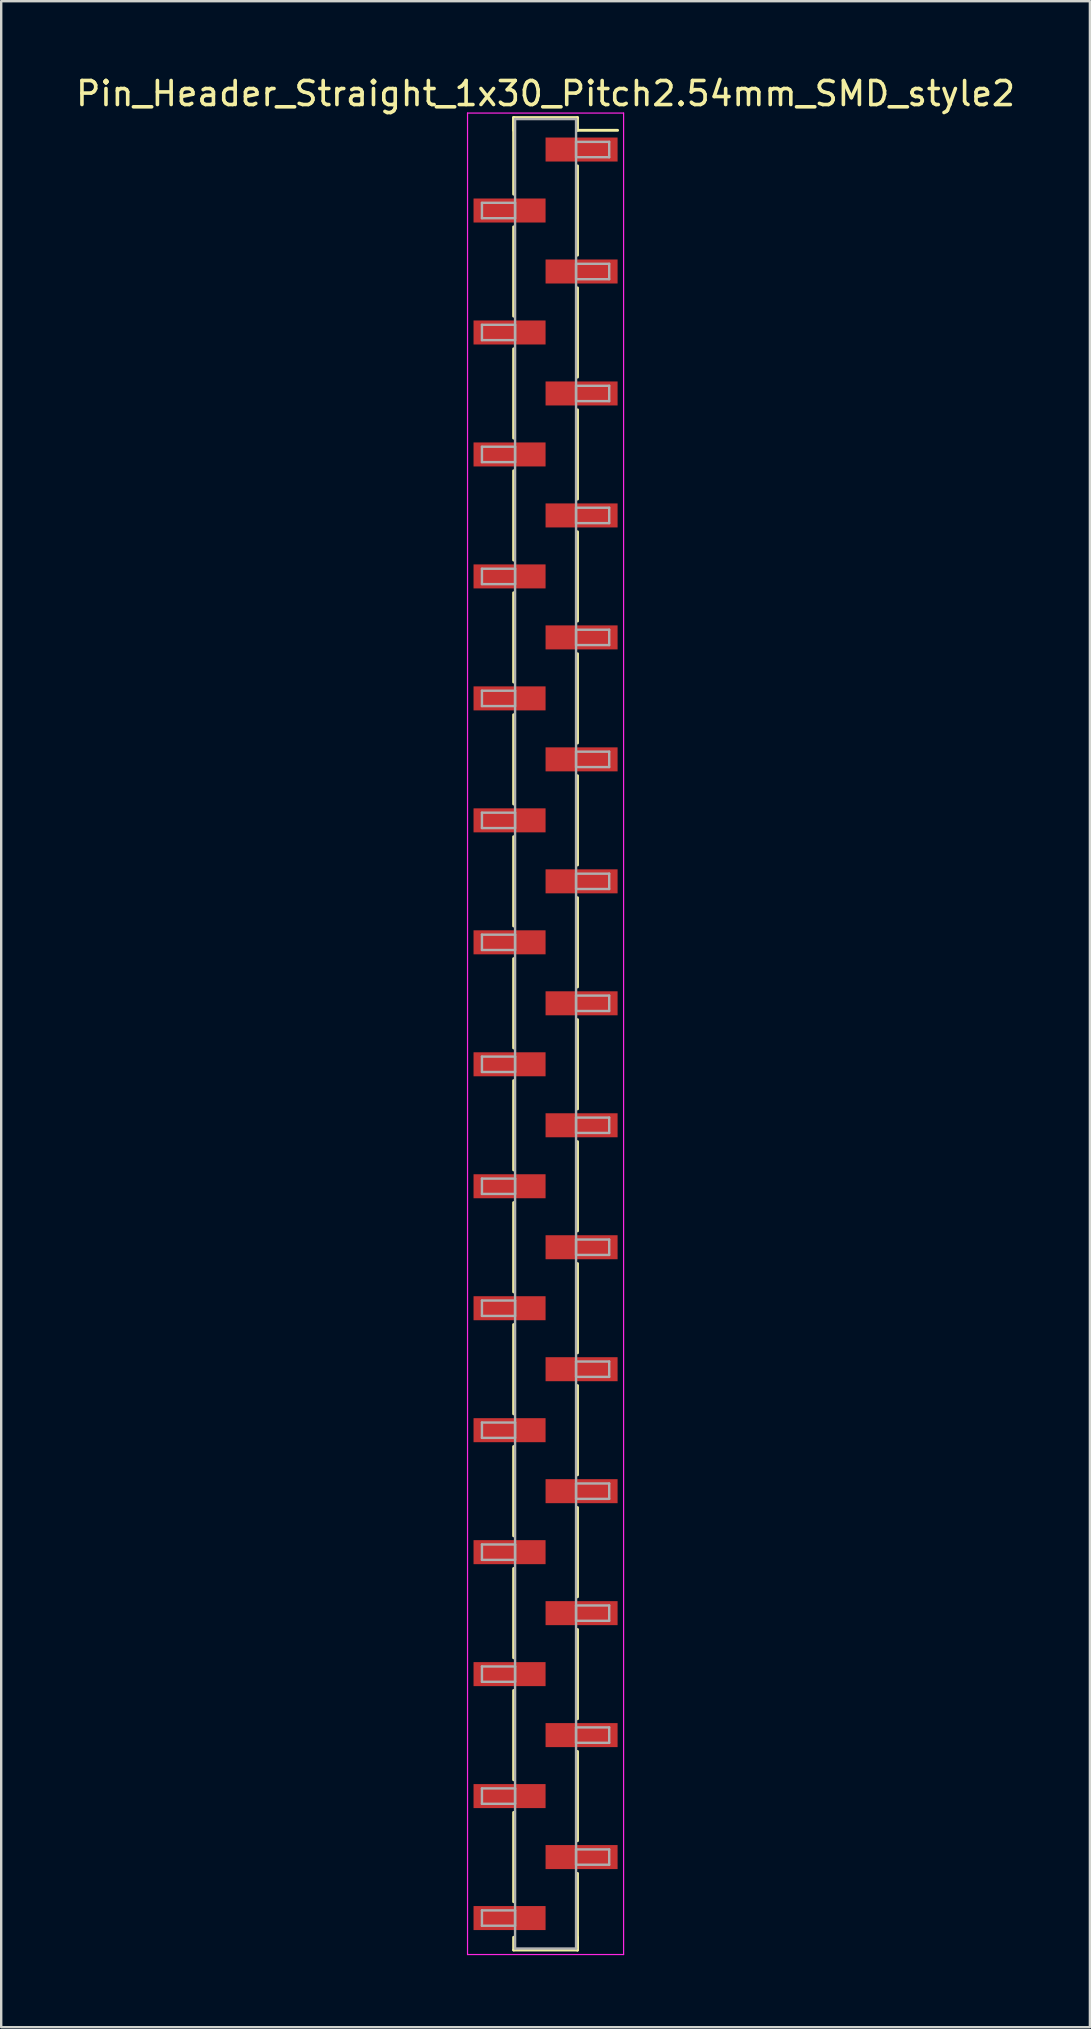
<source format=kicad_pcb>
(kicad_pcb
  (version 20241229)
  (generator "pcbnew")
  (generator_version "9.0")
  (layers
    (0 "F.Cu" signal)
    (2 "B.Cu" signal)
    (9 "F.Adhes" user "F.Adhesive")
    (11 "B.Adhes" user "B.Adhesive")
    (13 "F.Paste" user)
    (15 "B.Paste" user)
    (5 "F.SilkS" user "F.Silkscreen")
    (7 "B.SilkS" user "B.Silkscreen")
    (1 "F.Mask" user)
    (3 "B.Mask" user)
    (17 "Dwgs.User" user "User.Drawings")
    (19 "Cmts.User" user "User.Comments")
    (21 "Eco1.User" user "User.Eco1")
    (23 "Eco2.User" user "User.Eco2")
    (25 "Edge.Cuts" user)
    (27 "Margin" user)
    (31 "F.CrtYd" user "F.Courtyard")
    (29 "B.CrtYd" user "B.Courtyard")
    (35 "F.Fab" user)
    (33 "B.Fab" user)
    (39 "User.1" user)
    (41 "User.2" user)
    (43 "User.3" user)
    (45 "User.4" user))
  (footprint "Pin_Header_Straight_1x30_Pitch2.54mm_SMD_style2"
    (layer "F.Cu")
    (at 19.673 40.008)
    (property "Reference" "Pin_Header_Straight_1x30_Pitch2.54mm_SMD_style2" (at 0 -39.16 0) (layer "F.SilkS") (effects (font (size 1 1) (thickness 0.15))))
    (attr smd)
    (fp_line (start -1.33 -38.16) (end -1.33 -34.97) (stroke (width 0.12) (type solid)) (layer "F.SilkS"))
    (fp_line (start -1.33 -38.16) (end 1.33 -38.16) (stroke (width 0.12) (type solid)) (layer "F.SilkS"))
    (fp_line (start -1.33 -37.63) (end -1.33 -38.16) (stroke (width 0.12) (type solid)) (layer "F.SilkS"))
    (fp_line (start -1.33 -33.61) (end -1.33 -29.89) (stroke (width 0.12) (type solid)) (layer "F.SilkS"))
    (fp_line (start -1.33 -28.53) (end -1.33 -24.81) (stroke (width 0.12) (type solid)) (layer "F.SilkS"))
    (fp_line (start -1.33 -23.45) (end -1.33 -19.73) (stroke (width 0.12) (type solid)) (layer "F.SilkS"))
    (fp_line (start -1.33 -18.37) (end -1.33 -14.65) (stroke (width 0.12) (type solid)) (layer "F.SilkS"))
    (fp_line (start -1.33 -13.29) (end -1.33 -9.57) (stroke (width 0.12) (type solid)) (layer "F.SilkS"))
    (fp_line (start -1.33 -8.21) (end -1.33 -4.49) (stroke (width 0.12) (type solid)) (layer "F.SilkS"))
    (fp_line (start -1.33 -3.13) (end -1.33 0.59) (stroke (width 0.12) (type solid)) (layer "F.SilkS"))
    (fp_line (start -1.33 1.95) (end -1.33 5.67) (stroke (width 0.12) (type solid)) (layer "F.SilkS"))
    (fp_line (start -1.33 7.03) (end -1.33 10.75) (stroke (width 0.12) (type solid)) (layer "F.SilkS"))
    (fp_line (start -1.33 12.11) (end -1.33 15.83) (stroke (width 0.12) (type solid)) (layer "F.SilkS"))
    (fp_line (start -1.33 17.19) (end -1.33 20.91) (stroke (width 0.12) (type solid)) (layer "F.SilkS"))
    (fp_line (start -1.33 22.27) (end -1.33 25.99) (stroke (width 0.12) (type solid)) (layer "F.SilkS"))
    (fp_line (start -1.33 27.35) (end -1.33 31.07) (stroke (width 0.12) (type solid)) (layer "F.SilkS"))
    (fp_line (start -1.33 32.43) (end -1.33 36.15) (stroke (width 0.12) (type solid)) (layer "F.SilkS"))
    (fp_line (start -1.33 37.63) (end -1.33 38.16) (stroke (width 0.12) (type solid)) (layer "F.SilkS"))
    (fp_line (start -1.33 38.16) (end 1.33 38.16) (stroke (width 0.12) (type solid)) (layer "F.SilkS"))
    (fp_line (start 1.33 -38.16) (end 1.33 -37.63) (stroke (width 0.12) (type solid)) (layer "F.SilkS"))
    (fp_line (start 1.33 -37.63) (end 3 -37.63) (stroke (width 0.12) (type solid)) (layer "F.SilkS"))
    (fp_line (start 1.33 -36.15) (end 1.33 -32.43) (stroke (width 0.12) (type solid)) (layer "F.SilkS"))
    (fp_line (start 1.33 -31.07) (end 1.33 -27.35) (stroke (width 0.12) (type solid)) (layer "F.SilkS"))
    (fp_line (start 1.33 -25.99) (end 1.33 -22.27) (stroke (width 0.12) (type solid)) (layer "F.SilkS"))
    (fp_line (start 1.33 -20.91) (end 1.33 -17.19) (stroke (width 0.12) (type solid)) (layer "F.SilkS"))
    (fp_line (start 1.33 -15.83) (end 1.33 -12.11) (stroke (width 0.12) (type solid)) (layer "F.SilkS"))
    (fp_line (start 1.33 -10.75) (end 1.33 -7.03) (stroke (width 0.12) (type solid)) (layer "F.SilkS"))
    (fp_line (start 1.33 -5.67) (end 1.33 -1.95) (stroke (width 0.12) (type solid)) (layer "F.SilkS"))
    (fp_line (start 1.33 -0.59) (end 1.33 3.13) (stroke (width 0.12) (type solid)) (layer "F.SilkS"))
    (fp_line (start 1.33 4.49) (end 1.33 8.21) (stroke (width 0.12) (type solid)) (layer "F.SilkS"))
    (fp_line (start 1.33 9.57) (end 1.33 13.29) (stroke (width 0.12) (type solid)) (layer "F.SilkS"))
    (fp_line (start 1.33 14.65) (end 1.33 18.37) (stroke (width 0.12) (type solid)) (layer "F.SilkS"))
    (fp_line (start 1.33 19.73) (end 1.33 23.45) (stroke (width 0.12) (type solid)) (layer "F.SilkS"))
    (fp_line (start 1.33 24.81) (end 1.33 28.53) (stroke (width 0.12) (type solid)) (layer "F.SilkS"))
    (fp_line (start 1.33 29.89) (end 1.33 33.61) (stroke (width 0.12) (type solid)) (layer "F.SilkS"))
    (fp_line (start 1.33 34.97) (end 1.33 38.16) (stroke (width 0.12) (type solid)) (layer "F.SilkS"))
    (fp_line (start 1.33 38.16) (end 1.33 37.63) (stroke (width 0.12) (type solid)) (layer "F.SilkS"))
    (fp_line (start -3.25 -38.35) (end -3.25 38.35) (stroke (width 0.05) (type solid)) (layer "F.CrtYd"))
    (fp_line (start -3.25 38.35) (end 3.25 38.35) (stroke (width 0.05) (type solid)) (layer "F.CrtYd"))
    (fp_line (start 3.25 -38.35) (end -3.25 -38.35) (stroke (width 0.05) (type solid)) (layer "F.CrtYd"))
    (fp_line (start 3.25 38.35) (end 3.25 -38.35) (stroke (width 0.05) (type solid)) (layer "F.CrtYd"))
    (fp_line (start -2.65 -34.61) (end -1.27 -34.61) (stroke (width 0.1) (type solid)) (layer "F.Fab"))
    (fp_line (start -2.65 -33.97) (end -2.65 -34.61) (stroke (width 0.1) (type solid)) (layer "F.Fab"))
    (fp_line (start -2.65 -29.53) (end -1.27 -29.53) (stroke (width 0.1) (type solid)) (layer "F.Fab"))
    (fp_line (start -2.65 -28.89) (end -2.65 -29.53) (stroke (width 0.1) (type solid)) (layer "F.Fab"))
    (fp_line (start -2.65 -24.45) (end -1.27 -24.45) (stroke (width 0.1) (type solid)) (layer "F.Fab"))
    (fp_line (start -2.65 -23.81) (end -2.65 -24.45) (stroke (width 0.1) (type solid)) (layer "F.Fab"))
    (fp_line (start -2.65 -19.37) (end -1.27 -19.37) (stroke (width 0.1) (type solid)) (layer "F.Fab"))
    (fp_line (start -2.65 -18.73) (end -2.65 -19.37) (stroke (width 0.1) (type solid)) (layer "F.Fab"))
    (fp_line (start -2.65 -14.29) (end -1.27 -14.29) (stroke (width 0.1) (type solid)) (layer "F.Fab"))
    (fp_line (start -2.65 -13.65) (end -2.65 -14.29) (stroke (width 0.1) (type solid)) (layer "F.Fab"))
    (fp_line (start -2.65 -9.21) (end -1.27 -9.21) (stroke (width 0.1) (type solid)) (layer "F.Fab"))
    (fp_line (start -2.65 -8.57) (end -2.65 -9.21) (stroke (width 0.1) (type solid)) (layer "F.Fab"))
    (fp_line (start -2.65 -4.13) (end -1.27 -4.13) (stroke (width 0.1) (type solid)) (layer "F.Fab"))
    (fp_line (start -2.65 -3.49) (end -2.65 -4.13) (stroke (width 0.1) (type solid)) (layer "F.Fab"))
    (fp_line (start -2.65 0.95) (end -1.27 0.95) (stroke (width 0.1) (type solid)) (layer "F.Fab"))
    (fp_line (start -2.65 1.59) (end -2.65 0.95) (stroke (width 0.1) (type solid)) (layer "F.Fab"))
    (fp_line (start -2.65 6.03) (end -1.27 6.03) (stroke (width 0.1) (type solid)) (layer "F.Fab"))
    (fp_line (start -2.65 6.67) (end -2.65 6.03) (stroke (width 0.1) (type solid)) (layer "F.Fab"))
    (fp_line (start -2.65 11.11) (end -1.27 11.11) (stroke (width 0.1) (type solid)) (layer "F.Fab"))
    (fp_line (start -2.65 11.75) (end -2.65 11.11) (stroke (width 0.1) (type solid)) (layer "F.Fab"))
    (fp_line (start -2.65 16.19) (end -1.27 16.19) (stroke (width 0.1) (type solid)) (layer "F.Fab"))
    (fp_line (start -2.65 16.83) (end -2.65 16.19) (stroke (width 0.1) (type solid)) (layer "F.Fab"))
    (fp_line (start -2.65 21.27) (end -1.27 21.27) (stroke (width 0.1) (type solid)) (layer "F.Fab"))
    (fp_line (start -2.65 21.91) (end -2.65 21.27) (stroke (width 0.1) (type solid)) (layer "F.Fab"))
    (fp_line (start -2.65 26.35) (end -1.27 26.35) (stroke (width 0.1) (type solid)) (layer "F.Fab"))
    (fp_line (start -2.65 26.99) (end -2.65 26.35) (stroke (width 0.1) (type solid)) (layer "F.Fab"))
    (fp_line (start -2.65 31.43) (end -1.27 31.43) (stroke (width 0.1) (type solid)) (layer "F.Fab"))
    (fp_line (start -2.65 32.07) (end -2.65 31.43) (stroke (width 0.1) (type solid)) (layer "F.Fab"))
    (fp_line (start -2.65 36.51) (end -1.27 36.51) (stroke (width 0.1) (type solid)) (layer "F.Fab"))
    (fp_line (start -2.65 37.15) (end -2.65 36.51) (stroke (width 0.1) (type solid)) (layer "F.Fab"))
    (fp_line (start -1.27 -38.1) (end -1.27 38.1) (stroke (width 0.1) (type solid)) (layer "F.Fab"))
    (fp_line (start -1.27 -34.61) (end -1.27 -33.97) (stroke (width 0.1) (type solid)) (layer "F.Fab"))
    (fp_line (start -1.27 -33.97) (end -2.65 -33.97) (stroke (width 0.1) (type solid)) (layer "F.Fab"))
    (fp_line (start -1.27 -29.53) (end -1.27 -28.89) (stroke (width 0.1) (type solid)) (layer "F.Fab"))
    (fp_line (start -1.27 -28.89) (end -2.65 -28.89) (stroke (width 0.1) (type solid)) (layer "F.Fab"))
    (fp_line (start -1.27 -24.45) (end -1.27 -23.81) (stroke (width 0.1) (type solid)) (layer "F.Fab"))
    (fp_line (start -1.27 -23.81) (end -2.65 -23.81) (stroke (width 0.1) (type solid)) (layer "F.Fab"))
    (fp_line (start -1.27 -19.37) (end -1.27 -18.73) (stroke (width 0.1) (type solid)) (layer "F.Fab"))
    (fp_line (start -1.27 -18.73) (end -2.65 -18.73) (stroke (width 0.1) (type solid)) (layer "F.Fab"))
    (fp_line (start -1.27 -14.29) (end -1.27 -13.65) (stroke (width 0.1) (type solid)) (layer "F.Fab"))
    (fp_line (start -1.27 -13.65) (end -2.65 -13.65) (stroke (width 0.1) (type solid)) (layer "F.Fab"))
    (fp_line (start -1.27 -9.21) (end -1.27 -8.57) (stroke (width 0.1) (type solid)) (layer "F.Fab"))
    (fp_line (start -1.27 -8.57) (end -2.65 -8.57) (stroke (width 0.1) (type solid)) (layer "F.Fab"))
    (fp_line (start -1.27 -4.13) (end -1.27 -3.49) (stroke (width 0.1) (type solid)) (layer "F.Fab"))
    (fp_line (start -1.27 -3.49) (end -2.65 -3.49) (stroke (width 0.1) (type solid)) (layer "F.Fab"))
    (fp_line (start -1.27 0.95) (end -1.27 1.59) (stroke (width 0.1) (type solid)) (layer "F.Fab"))
    (fp_line (start -1.27 1.59) (end -2.65 1.59) (stroke (width 0.1) (type solid)) (layer "F.Fab"))
    (fp_line (start -1.27 6.03) (end -1.27 6.67) (stroke (width 0.1) (type solid)) (layer "F.Fab"))
    (fp_line (start -1.27 6.67) (end -2.65 6.67) (stroke (width 0.1) (type solid)) (layer "F.Fab"))
    (fp_line (start -1.27 11.11) (end -1.27 11.75) (stroke (width 0.1) (type solid)) (layer "F.Fab"))
    (fp_line (start -1.27 11.75) (end -2.65 11.75) (stroke (width 0.1) (type solid)) (layer "F.Fab"))
    (fp_line (start -1.27 16.19) (end -1.27 16.83) (stroke (width 0.1) (type solid)) (layer "F.Fab"))
    (fp_line (start -1.27 16.83) (end -2.65 16.83) (stroke (width 0.1) (type solid)) (layer "F.Fab"))
    (fp_line (start -1.27 21.27) (end -1.27 21.91) (stroke (width 0.1) (type solid)) (layer "F.Fab"))
    (fp_line (start -1.27 21.91) (end -2.65 21.91) (stroke (width 0.1) (type solid)) (layer "F.Fab"))
    (fp_line (start -1.27 26.35) (end -1.27 26.99) (stroke (width 0.1) (type solid)) (layer "F.Fab"))
    (fp_line (start -1.27 26.99) (end -2.65 26.99) (stroke (width 0.1) (type solid)) (layer "F.Fab"))
    (fp_line (start -1.27 31.43) (end -1.27 32.07) (stroke (width 0.1) (type solid)) (layer "F.Fab"))
    (fp_line (start -1.27 32.07) (end -2.65 32.07) (stroke (width 0.1) (type solid)) (layer "F.Fab"))
    (fp_line (start -1.27 36.51) (end -1.27 37.15) (stroke (width 0.1) (type solid)) (layer "F.Fab"))
    (fp_line (start -1.27 37.15) (end -2.65 37.15) (stroke (width 0.1) (type solid)) (layer "F.Fab"))
    (fp_line (start -1.27 38.1) (end 1.27 38.1) (stroke (width 0.1) (type solid)) (layer "F.Fab"))
    (fp_line (start 1.27 -38.1) (end -1.27 -38.1) (stroke (width 0.1) (type solid)) (layer "F.Fab"))
    (fp_line (start 1.27 -37.15) (end 1.27 -36.51) (stroke (width 0.1) (type solid)) (layer "F.Fab"))
    (fp_line (start 1.27 -36.51) (end 2.65 -36.51) (stroke (width 0.1) (type solid)) (layer "F.Fab"))
    (fp_line (start 1.27 -32.07) (end 1.27 -31.43) (stroke (width 0.1) (type solid)) (layer "F.Fab"))
    (fp_line (start 1.27 -31.43) (end 2.65 -31.43) (stroke (width 0.1) (type solid)) (layer "F.Fab"))
    (fp_line (start 1.27 -26.99) (end 1.27 -26.35) (stroke (width 0.1) (type solid)) (layer "F.Fab"))
    (fp_line (start 1.27 -26.35) (end 2.65 -26.35) (stroke (width 0.1) (type solid)) (layer "F.Fab"))
    (fp_line (start 1.27 -21.91) (end 1.27 -21.27) (stroke (width 0.1) (type solid)) (layer "F.Fab"))
    (fp_line (start 1.27 -21.27) (end 2.65 -21.27) (stroke (width 0.1) (type solid)) (layer "F.Fab"))
    (fp_line (start 1.27 -16.83) (end 1.27 -16.19) (stroke (width 0.1) (type solid)) (layer "F.Fab"))
    (fp_line (start 1.27 -16.19) (end 2.65 -16.19) (stroke (width 0.1) (type solid)) (layer "F.Fab"))
    (fp_line (start 1.27 -11.75) (end 1.27 -11.11) (stroke (width 0.1) (type solid)) (layer "F.Fab"))
    (fp_line (start 1.27 -11.11) (end 2.65 -11.11) (stroke (width 0.1) (type solid)) (layer "F.Fab"))
    (fp_line (start 1.27 -6.67) (end 1.27 -6.03) (stroke (width 0.1) (type solid)) (layer "F.Fab"))
    (fp_line (start 1.27 -6.03) (end 2.65 -6.03) (stroke (width 0.1) (type solid)) (layer "F.Fab"))
    (fp_line (start 1.27 -1.59) (end 1.27 -0.95) (stroke (width 0.1) (type solid)) (layer "F.Fab"))
    (fp_line (start 1.27 -0.95) (end 2.65 -0.95) (stroke (width 0.1) (type solid)) (layer "F.Fab"))
    (fp_line (start 1.27 3.49) (end 1.27 4.13) (stroke (width 0.1) (type solid)) (layer "F.Fab"))
    (fp_line (start 1.27 4.13) (end 2.65 4.13) (stroke (width 0.1) (type solid)) (layer "F.Fab"))
    (fp_line (start 1.27 8.57) (end 1.27 9.21) (stroke (width 0.1) (type solid)) (layer "F.Fab"))
    (fp_line (start 1.27 9.21) (end 2.65 9.21) (stroke (width 0.1) (type solid)) (layer "F.Fab"))
    (fp_line (start 1.27 13.65) (end 1.27 14.29) (stroke (width 0.1) (type solid)) (layer "F.Fab"))
    (fp_line (start 1.27 14.29) (end 2.65 14.29) (stroke (width 0.1) (type solid)) (layer "F.Fab"))
    (fp_line (start 1.27 18.73) (end 1.27 19.37) (stroke (width 0.1) (type solid)) (layer "F.Fab"))
    (fp_line (start 1.27 19.37) (end 2.65 19.37) (stroke (width 0.1) (type solid)) (layer "F.Fab"))
    (fp_line (start 1.27 23.81) (end 1.27 24.45) (stroke (width 0.1) (type solid)) (layer "F.Fab"))
    (fp_line (start 1.27 24.45) (end 2.65 24.45) (stroke (width 0.1) (type solid)) (layer "F.Fab"))
    (fp_line (start 1.27 28.89) (end 1.27 29.53) (stroke (width 0.1) (type solid)) (layer "F.Fab"))
    (fp_line (start 1.27 29.53) (end 2.65 29.53) (stroke (width 0.1) (type solid)) (layer "F.Fab"))
    (fp_line (start 1.27 33.97) (end 1.27 34.61) (stroke (width 0.1) (type solid)) (layer "F.Fab"))
    (fp_line (start 1.27 34.61) (end 2.65 34.61) (stroke (width 0.1) (type solid)) (layer "F.Fab"))
    (fp_line (start 1.27 38.1) (end 1.27 -38.1) (stroke (width 0.1) (type solid)) (layer "F.Fab"))
    (fp_line (start 2.65 -37.15) (end 1.27 -37.15) (stroke (width 0.1) (type solid)) (layer "F.Fab"))
    (fp_line (start 2.65 -36.51) (end 2.65 -37.15) (stroke (width 0.1) (type solid)) (layer "F.Fab"))
    (fp_line (start 2.65 -32.07) (end 1.27 -32.07) (stroke (width 0.1) (type solid)) (layer "F.Fab"))
    (fp_line (start 2.65 -31.43) (end 2.65 -32.07) (stroke (width 0.1) (type solid)) (layer "F.Fab"))
    (fp_line (start 2.65 -26.99) (end 1.27 -26.99) (stroke (width 0.1) (type solid)) (layer "F.Fab"))
    (fp_line (start 2.65 -26.35) (end 2.65 -26.99) (stroke (width 0.1) (type solid)) (layer "F.Fab"))
    (fp_line (start 2.65 -21.91) (end 1.27 -21.91) (stroke (width 0.1) (type solid)) (layer "F.Fab"))
    (fp_line (start 2.65 -21.27) (end 2.65 -21.91) (stroke (width 0.1) (type solid)) (layer "F.Fab"))
    (fp_line (start 2.65 -16.83) (end 1.27 -16.83) (stroke (width 0.1) (type solid)) (layer "F.Fab"))
    (fp_line (start 2.65 -16.19) (end 2.65 -16.83) (stroke (width 0.1) (type solid)) (layer "F.Fab"))
    (fp_line (start 2.65 -11.75) (end 1.27 -11.75) (stroke (width 0.1) (type solid)) (layer "F.Fab"))
    (fp_line (start 2.65 -11.11) (end 2.65 -11.75) (stroke (width 0.1) (type solid)) (layer "F.Fab"))
    (fp_line (start 2.65 -6.67) (end 1.27 -6.67) (stroke (width 0.1) (type solid)) (layer "F.Fab"))
    (fp_line (start 2.65 -6.03) (end 2.65 -6.67) (stroke (width 0.1) (type solid)) (layer "F.Fab"))
    (fp_line (start 2.65 -1.59) (end 1.27 -1.59) (stroke (width 0.1) (type solid)) (layer "F.Fab"))
    (fp_line (start 2.65 -0.95) (end 2.65 -1.59) (stroke (width 0.1) (type solid)) (layer "F.Fab"))
    (fp_line (start 2.65 3.49) (end 1.27 3.49) (stroke (width 0.1) (type solid)) (layer "F.Fab"))
    (fp_line (start 2.65 4.13) (end 2.65 3.49) (stroke (width 0.1) (type solid)) (layer "F.Fab"))
    (fp_line (start 2.65 8.57) (end 1.27 8.57) (stroke (width 0.1) (type solid)) (layer "F.Fab"))
    (fp_line (start 2.65 9.21) (end 2.65 8.57) (stroke (width 0.1) (type solid)) (layer "F.Fab"))
    (fp_line (start 2.65 13.65) (end 1.27 13.65) (stroke (width 0.1) (type solid)) (layer "F.Fab"))
    (fp_line (start 2.65 14.29) (end 2.65 13.65) (stroke (width 0.1) (type solid)) (layer "F.Fab"))
    (fp_line (start 2.65 18.73) (end 1.27 18.73) (stroke (width 0.1) (type solid)) (layer "F.Fab"))
    (fp_line (start 2.65 19.37) (end 2.65 18.73) (stroke (width 0.1) (type solid)) (layer "F.Fab"))
    (fp_line (start 2.65 23.81) (end 1.27 23.81) (stroke (width 0.1) (type solid)) (layer "F.Fab"))
    (fp_line (start 2.65 24.45) (end 2.65 23.81) (stroke (width 0.1) (type solid)) (layer "F.Fab"))
    (fp_line (start 2.65 28.89) (end 1.27 28.89) (stroke (width 0.1) (type solid)) (layer "F.Fab"))
    (fp_line (start 2.65 29.53) (end 2.65 28.89) (stroke (width 0.1) (type solid)) (layer "F.Fab"))
    (fp_line (start 2.65 33.97) (end 1.27 33.97) (stroke (width 0.1) (type solid)) (layer "F.Fab"))
    (fp_line (start 2.65 34.61) (end 2.65 33.97) (stroke (width 0.1) (type solid)) (layer "F.Fab"))
    (pad "1" smd rect (at 1.5 -36.83) (size 3 1) (layers "F.Cu" "F.Mask"))
    (pad "2" smd rect (at -1.5 -34.29) (size 3 1) (layers "F.Cu" "F.Mask"))
    (pad "3" smd rect (at 1.5 -31.75) (size 3 1) (layers "F.Cu" "F.Mask"))
    (pad "4" smd rect (at -1.5 -29.21) (size 3 1) (layers "F.Cu" "F.Mask"))
    (pad "5" smd rect (at 1.5 -26.67) (size 3 1) (layers "F.Cu" "F.Mask"))
    (pad "6" smd rect (at -1.5 -24.13) (size 3 1) (layers "F.Cu" "F.Mask"))
    (pad "7" smd rect (at 1.5 -21.59) (size 3 1) (layers "F.Cu" "F.Mask"))
    (pad "8" smd rect (at -1.5 -19.05) (size 3 1) (layers "F.Cu" "F.Mask"))
    (pad "9" smd rect (at 1.5 -16.51) (size 3 1) (layers "F.Cu" "F.Mask"))
    (pad "10" smd rect (at -1.5 -13.97) (size 3 1) (layers "F.Cu" "F.Mask"))
    (pad "11" smd rect (at 1.5 -11.43) (size 3 1) (layers "F.Cu" "F.Mask"))
    (pad "12" smd rect (at -1.5 -8.89) (size 3 1) (layers "F.Cu" "F.Mask"))
    (pad "13" smd rect (at 1.5 -6.35) (size 3 1) (layers "F.Cu" "F.Mask"))
    (pad "14" smd rect (at -1.5 -3.81) (size 3 1) (layers "F.Cu" "F.Mask"))
    (pad "15" smd rect (at 1.5 -1.27) (size 3 1) (layers "F.Cu" "F.Mask"))
    (pad "16" smd rect (at -1.5 1.27) (size 3 1) (layers "F.Cu" "F.Mask"))
    (pad "17" smd rect (at 1.5 3.81) (size 3 1) (layers "F.Cu" "F.Mask"))
    (pad "18" smd rect (at -1.5 6.35) (size 3 1) (layers "F.Cu" "F.Mask"))
    (pad "19" smd rect (at 1.5 8.89) (size 3 1) (layers "F.Cu" "F.Mask"))
    (pad "20" smd rect (at -1.5 11.43) (size 3 1) (layers "F.Cu" "F.Mask"))
    (pad "21" smd rect (at 1.5 13.97) (size 3 1) (layers "F.Cu" "F.Mask"))
    (pad "22" smd rect (at -1.5 16.51) (size 3 1) (layers "F.Cu" "F.Mask"))
    (pad "23" smd rect (at 1.5 19.05) (size 3 1) (layers "F.Cu" "F.Mask"))
    (pad "24" smd rect (at -1.5 21.59) (size 3 1) (layers "F.Cu" "F.Mask"))
    (pad "25" smd rect (at 1.5 24.13) (size 3 1) (layers "F.Cu" "F.Mask"))
    (pad "26" smd rect (at -1.5 26.67) (size 3 1) (layers "F.Cu" "F.Mask"))
    (pad "27" smd rect (at 1.5 29.21) (size 3 1) (layers "F.Cu" "F.Mask"))
    (pad "28" smd rect (at -1.5 31.75) (size 3 1) (layers "F.Cu" "F.Mask"))
    (pad "29" smd rect (at 1.5 34.29) (size 3 1) (layers "F.Cu" "F.Mask"))
    (pad "30" smd rect (at -1.5 36.83) (size 3 1) (layers "F.Cu" "F.Mask")))
  (gr_rect
    (start -3 -3)
    (end 42.345 81.383)
    (stroke (width 0.1) (type default))
    (fill no)
    (layer "Edge.Cuts")))
</source>
